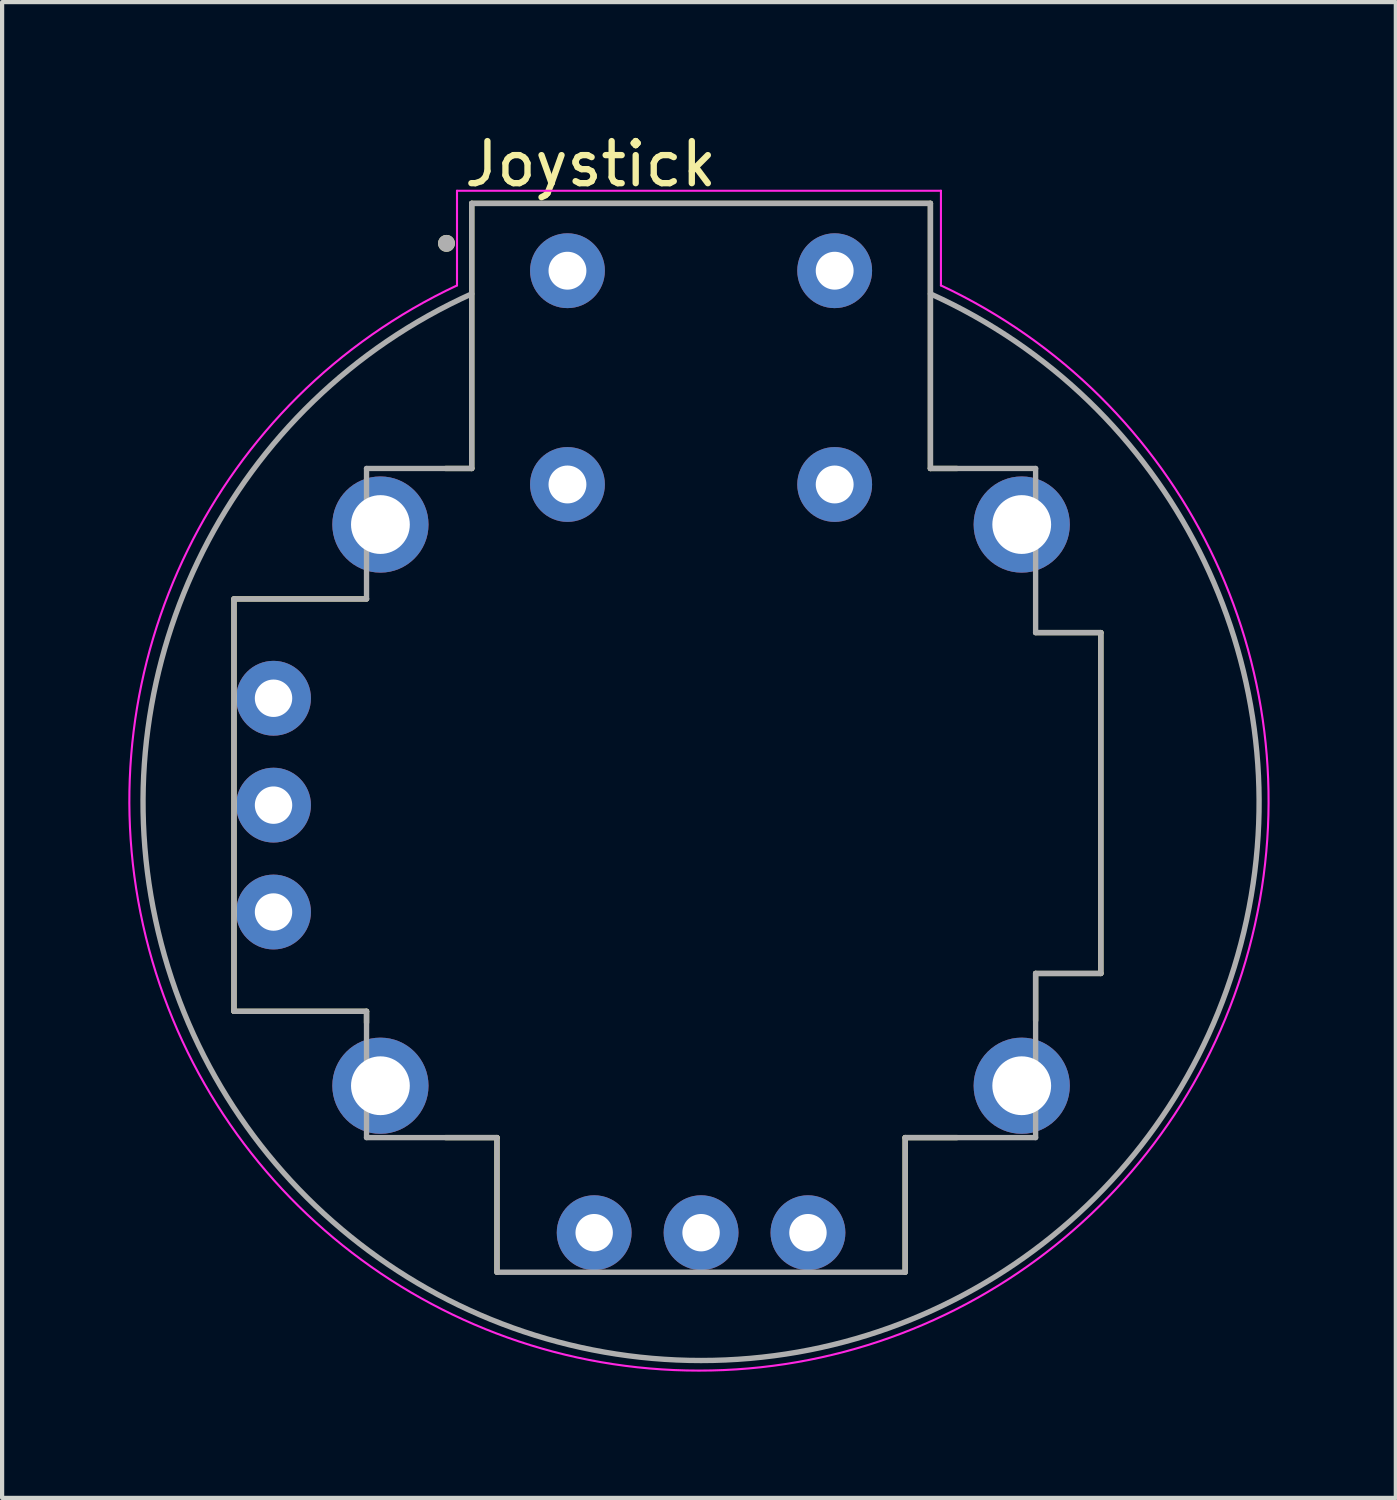
<source format=kicad_pcb>
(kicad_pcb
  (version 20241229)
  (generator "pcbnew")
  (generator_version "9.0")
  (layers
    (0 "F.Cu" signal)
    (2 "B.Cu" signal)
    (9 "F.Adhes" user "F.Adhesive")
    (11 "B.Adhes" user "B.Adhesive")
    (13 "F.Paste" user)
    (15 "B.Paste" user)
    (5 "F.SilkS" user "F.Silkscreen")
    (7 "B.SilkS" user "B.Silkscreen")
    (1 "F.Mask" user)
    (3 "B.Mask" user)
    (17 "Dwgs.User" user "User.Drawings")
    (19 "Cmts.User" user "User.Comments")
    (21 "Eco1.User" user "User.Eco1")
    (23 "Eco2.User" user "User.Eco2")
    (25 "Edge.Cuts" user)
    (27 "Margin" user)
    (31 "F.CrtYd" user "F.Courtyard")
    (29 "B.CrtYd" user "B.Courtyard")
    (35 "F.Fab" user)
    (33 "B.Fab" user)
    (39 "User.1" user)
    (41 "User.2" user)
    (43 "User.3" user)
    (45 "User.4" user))
  (footprint "Joystick"
    (layer "F.Cu")
    (at 13.61 16.083)
    (property "Reference" "Joystick" (at -2.625 -15.235 0) (layer "F.SilkS") (effects (font (size 1 1) (thickness 0.15))))
    (attr through_hole)
    (fp_line (start -11.1 -4.9) (end -7.95 -4.9) (stroke (width 0.127) (type solid)) (layer "F.SilkS"))
    (fp_line (start -11.1 4.9) (end -11.1 -4.9) (stroke (width 0.127) (type solid)) (layer "F.SilkS"))
    (fp_line (start -7.95 4.9) (end -11.1 4.9) (stroke (width 0.127) (type solid)) (layer "F.SilkS"))
    (fp_line (start -7.95 5.17) (end -7.95 4.9) (stroke (width 0.127) (type solid)) (layer "F.SilkS"))
    (fp_line (start -6.07 -8) (end -5.45 -8) (stroke (width 0.127) (type solid)) (layer "F.SilkS"))
    (fp_line (start -5.45 -14.3) (end 5.45 -14.3) (stroke (width 0.127) (type solid)) (layer "F.SilkS"))
    (fp_line (start -5.45 -8) (end -5.45 -14.3) (stroke (width 0.127) (type solid)) (layer "F.SilkS"))
    (fp_line (start -4.85 7.9) (end -6.07 7.9) (stroke (width 0.127) (type solid)) (layer "F.SilkS"))
    (fp_line (start -4.85 11.1) (end -4.85 7.9) (stroke (width 0.127) (type solid)) (layer "F.SilkS"))
    (fp_line (start 4.85 7.9) (end 4.85 11.1) (stroke (width 0.127) (type solid)) (layer "F.SilkS"))
    (fp_line (start 5.45 -14.3) (end 5.45 -8) (stroke (width 0.127) (type solid)) (layer "F.SilkS"))
    (fp_line (start 5.45 -8) (end 6.08 -8) (stroke (width 0.127) (type solid)) (layer "F.SilkS"))
    (fp_line (start 6.08 7.9) (end 4.85 7.9) (stroke (width 0.127) (type solid)) (layer "F.SilkS"))
    (fp_line (start 7.95 -4.1) (end 9.5 -4.1) (stroke (width 0.127) (type solid)) (layer "F.SilkS"))
    (fp_line (start 7.95 4) (end 7.95 5.12) (stroke (width 0.127) (type solid)) (layer "F.SilkS"))
    (fp_line (start 9.5 -4.1) (end 9.5 4) (stroke (width 0.127) (type solid)) (layer "F.SilkS"))
    (fp_line (start 9.5 4) (end 7.95 4) (stroke (width 0.127) (type solid)) (layer "F.SilkS"))
    (fp_circle (center -6.05 -13.35) (end -5.95 -13.35) (stroke (width 0.2) (type solid)) (fill no) (layer "F.SilkS"))
    (fp_line (start -5.8 -14.6) (end 5.7 -14.6) (stroke (width 0.05) (type solid)) (layer "F.CrtYd"))
    (fp_line (start -5.8 -12.35) (end -5.8 -14.6) (stroke (width 0.05) (type solid)) (layer "F.CrtYd"))
    (fp_line (start 5.7 -14.6) (end 5.7 -12.35) (stroke (width 0.05) (type solid)) (layer "F.CrtYd"))
    (fp_arc (start 5.7 -12.35) (mid -0.05 13.437438) (end -5.8 -12.35) (stroke (width 0.05) (type solid)) (layer "F.CrtYd"))
    (fp_line (start -11.1 -4.9) (end -11.1 4.9) (stroke (width 0.127) (type solid)) (layer "F.Fab"))
    (fp_line (start -7.95 -4.9) (end -11.1 -4.9) (stroke (width 0.127) (type solid)) (layer "F.Fab"))
    (fp_line (start -7.95 -4.9) (end -7.95 -8) (stroke (width 0.127) (type solid)) (layer "F.Fab"))
    (fp_line (start -7.95 4.9) (end -11.1 4.9) (stroke (width 0.127) (type solid)) (layer "F.Fab"))
    (fp_line (start -7.95 4.9) (end -7.95 7.9) (stroke (width 0.127) (type solid)) (layer "F.Fab"))
    (fp_line (start -5.45 -14.3) (end -5.45 -8) (stroke (width 0.127) (type solid)) (layer "F.Fab"))
    (fp_line (start -5.45 -8) (end -7.95 -8) (stroke (width 0.127) (type solid)) (layer "F.Fab"))
    (fp_line (start -4.85 7.9) (end -7.95 7.9) (stroke (width 0.127) (type solid)) (layer "F.Fab"))
    (fp_line (start -4.85 11.1) (end -4.85 7.9) (stroke (width 0.127) (type solid)) (layer "F.Fab"))
    (fp_line (start 4.85 7.9) (end 7.95 7.9) (stroke (width 0.127) (type solid)) (layer "F.Fab"))
    (fp_line (start 4.85 11.1) (end -4.85 11.1) (stroke (width 0.127) (type solid)) (layer "F.Fab"))
    (fp_line (start 4.85 11.1) (end 4.85 7.9) (stroke (width 0.127) (type solid)) (layer "F.Fab"))
    (fp_line (start 5.45 -14.3) (end -5.45 -14.3) (stroke (width 0.127) (type solid)) (layer "F.Fab"))
    (fp_line (start 5.45 -14.3) (end 5.45 -8) (stroke (width 0.127) (type solid)) (layer "F.Fab"))
    (fp_line (start 7.95 -8) (end 5.45 -8) (stroke (width 0.127) (type solid)) (layer "F.Fab"))
    (fp_line (start 7.95 -4.1) (end 7.95 -8) (stroke (width 0.127) (type solid)) (layer "F.Fab"))
    (fp_line (start 7.95 -4.1) (end 9.5 -4.1) (stroke (width 0.127) (type solid)) (layer "F.Fab"))
    (fp_line (start 7.95 4) (end 7.95 7.9) (stroke (width 0.127) (type solid)) (layer "F.Fab"))
    (fp_line (start 7.95 4) (end 9.5 4) (stroke (width 0.127) (type solid)) (layer "F.Fab"))
    (fp_line (start 9.5 -4.1) (end 9.5 4) (stroke (width 0.127) (type solid)) (layer "F.Fab"))
    (fp_arc (start 5.45 -12.15) (mid 0 13.197504) (end -5.45 -12.15) (stroke (width 0.127) (type solid)) (layer "F.Fab"))
    (fp_circle (center -6.05 -13.35) (end -5.95 -13.35) (stroke (width 0.2) (type solid)) (fill no) (layer "F.Fab"))
    (pad "B1A" thru_hole circle (at -3.175 -12.7) (size 1.778 1.778) (drill 0.9) (layers "*.Cu" "*.Mask"))
    (pad "B1B" thru_hole circle (at 3.175 -12.7) (size 1.778 1.778) (drill 0.9) (layers "*.Cu" "*.Mask"))
    (pad "B2A" thru_hole circle (at -3.175 -7.62) (size 1.778 1.778) (drill 0.9) (layers "*.Cu" "*.Mask"))
    (pad "B2B" thru_hole circle (at 3.175 -7.62) (size 1.778 1.778) (drill 0.9) (layers "*.Cu" "*.Mask"))
    (pad "H1" thru_hole circle (at -2.54 10.16) (size 1.778 1.778) (drill 0.889) (layers "*.Cu" "*.Mask"))
    (pad "H2" thru_hole circle (at 0 10.16) (size 1.778 1.778) (drill 0.889) (layers "*.Cu" "*.Mask"))
    (pad "H3" thru_hole circle (at 2.54 10.16) (size 1.778 1.778) (drill 0.889) (layers "*.Cu" "*.Mask"))
    (pad "S1" thru_hole circle (at -7.62 -6.668) (size 2.286 2.286) (drill 1.397) (layers "*.Cu" "*.Mask"))
    (pad "S2" thru_hole circle (at -7.62 6.668) (size 2.286 2.286) (drill 1.397) (layers "*.Cu" "*.Mask"))
    (pad "S3" thru_hole circle (at 7.62 6.668) (size 2.286 2.286) (drill 1.397) (layers "*.Cu" "*.Mask"))
    (pad "S4" thru_hole circle (at 7.62 -6.668) (size 2.286 2.286) (drill 1.397) (layers "*.Cu" "*.Mask"))
    (pad "V1" thru_hole circle (at -10.16 -2.54) (size 1.778 1.778) (drill 0.889) (layers "*.Cu" "*.Mask"))
    (pad "V2" thru_hole circle (at -10.16 0) (size 1.778 1.778) (drill 0.889) (layers "*.Cu" "*.Mask"))
    (pad "V3" thru_hole circle (at -10.16 2.54) (size 1.778 1.778) (drill 0.889) (layers "*.Cu" "*.Mask")))
  (gr_rect
    (start -3 -3)
    (end 30.12 32.546)
    (stroke (width 0.1) (type default))
    (fill no)
    (layer "Edge.Cuts")))
</source>
